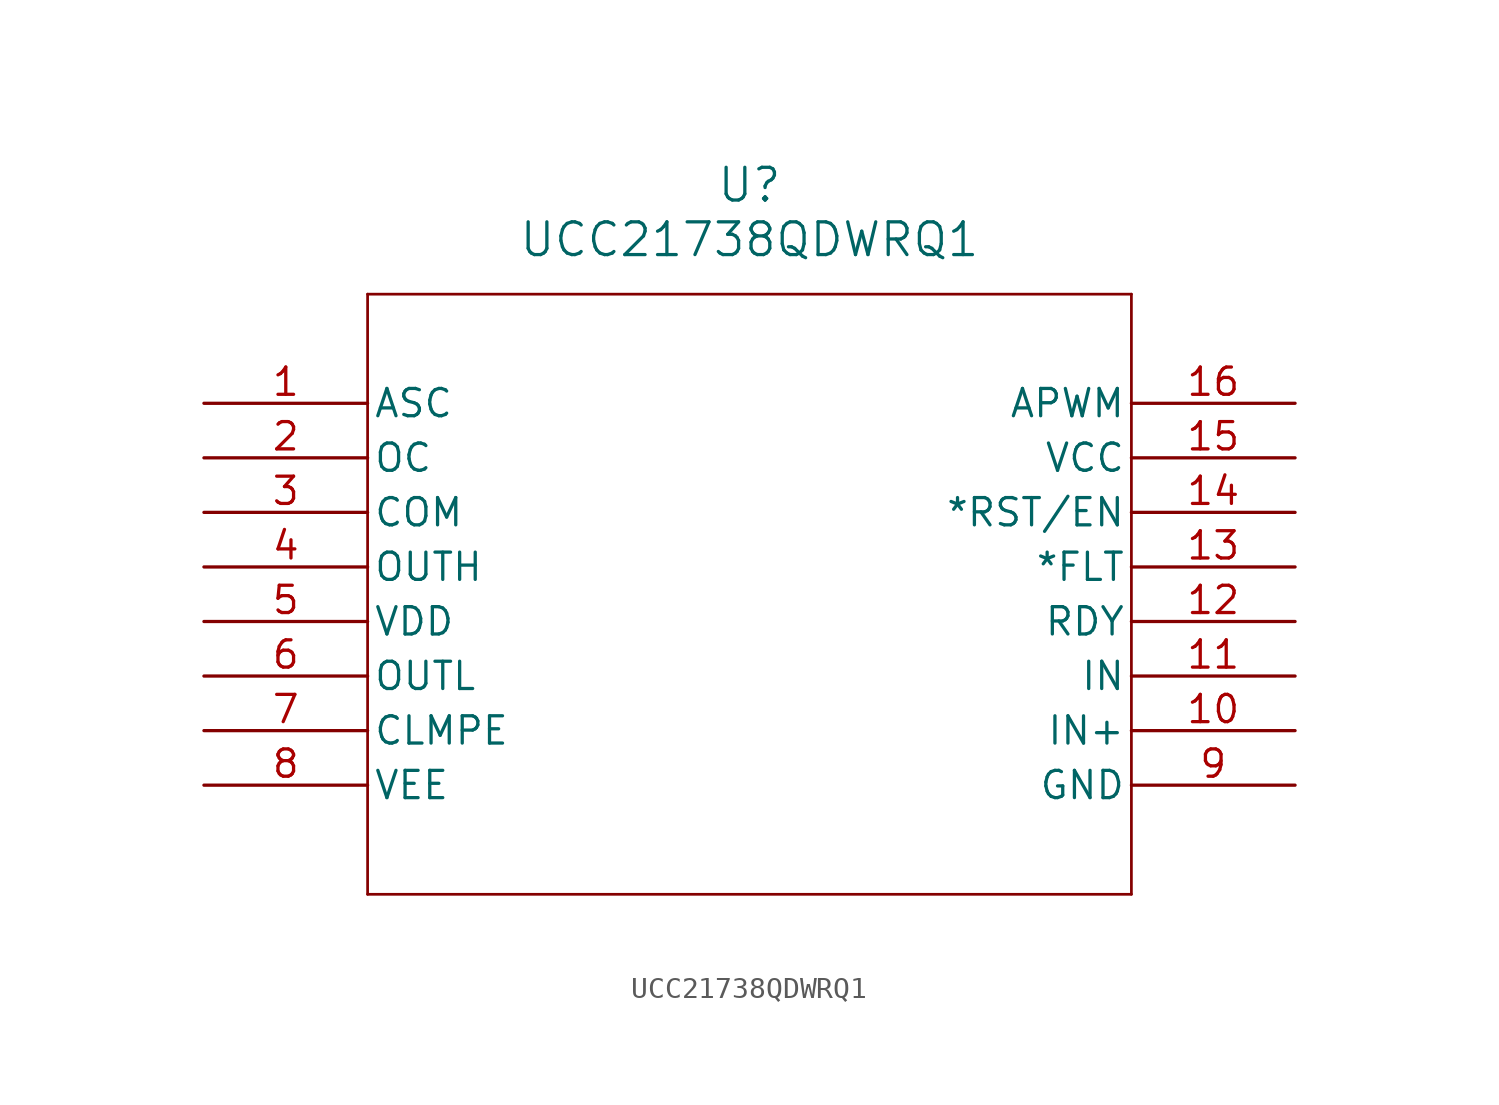
<source format=kicad_sym>
(kicad_symbol_lib
  (version 20211014)
  (generator kicad_symbol_editor)
  (symbol "UCC21738QDWRQ1"
    (pin_names
      (offset 0.254))
    (property "Reference" "U"
      (at 25.4 10.16 0)
      (effects (font (size 1.524 1.524))))
    (property "Value" "UCC21738QDWRQ1"
      (at 25.4 7.62 0)
      (effects (font (size 1.524 1.524))))
    (symbol "UCC21738QDWRQ1_0_1"
      (polyline (pts (xy 7.62 5.08) (xy 7.62 -22.86)) (stroke (width 0.127) (type default) (color 0 0 0 0)) (fill (type none)))
      (polyline (pts (xy 7.62 -22.86) (xy 43.18 -22.86)) (stroke (width 0.127) (type default) (color 0 0 0 0)) (fill (type none)))
      (polyline (pts (xy 43.18 -22.86) (xy 43.18 5.08)) (stroke (width 0.127) (type default) (color 0 0 0 0)) (fill (type none)))
      (polyline (pts (xy 43.18 5.08) (xy 7.62 5.08)) (stroke (width 0.127) (type default) (color 0 0 0 0)) (fill (type none)))
      (pin input line (at 0 0 0) (length 7.62) (name "ASC" (effects (font (size 1.27 1.27)))) (number "1" (effects (font (size 1.27 1.27)))))
      (pin input line (at 0 -2.54 0) (length 7.62) (name "OC" (effects (font (size 1.27 1.27)))) (number "2" (effects (font (size 1.27 1.27)))))
      (pin power_in line (at 0 -5.08 0) (length 7.62) (name "COM" (effects (font (size 1.27 1.27)))) (number "3" (effects (font (size 1.27 1.27)))))
      (pin output line (at 0 -7.62 0) (length 7.62) (name "OUTH" (effects (font (size 1.27 1.27)))) (number "4" (effects (font (size 1.27 1.27)))))
      (pin power_in line (at 0 -10.16 0) (length 7.62) (name "VDD" (effects (font (size 1.27 1.27)))) (number "5" (effects (font (size 1.27 1.27)))))
      (pin output line (at 0 -12.7 0) (length 7.62) (name "OUTL" (effects (font (size 1.27 1.27)))) (number "6" (effects (font (size 1.27 1.27)))))
      (pin output line (at 0 -15.24 0) (length 7.62) (name "CLMPE" (effects (font (size 1.27 1.27)))) (number "7" (effects (font (size 1.27 1.27)))))
      (pin power_in line (at 0 -17.78 0) (length 7.62) (name "VEE" (effects (font (size 1.27 1.27)))) (number "8" (effects (font (size 1.27 1.27)))))
      (pin power_in line (at 50.8 -17.78 180) (length 7.62) (name "GND" (effects (font (size 1.27 1.27)))) (number "9" (effects (font (size 1.27 1.27)))))
      (pin input line (at 50.8 -15.24 180) (length 7.62) (name "IN+" (effects (font (size 1.27 1.27)))) (number "10" (effects (font (size 1.27 1.27)))))
      (pin input line (at 50.8 -12.7 180) (length 7.62) (name "IN" (effects (font (size 1.27 1.27)))) (number "11" (effects (font (size 1.27 1.27)))))
      (pin output line (at 50.8 -10.16 180) (length 7.62) (name "RDY" (effects (font (size 1.27 1.27)))) (number "12" (effects (font (size 1.27 1.27)))))
      (pin output line (at 50.8 -7.62 180) (length 7.62) (name "*FLT" (effects (font (size 1.27 1.27)))) (number "13" (effects (font (size 1.27 1.27)))))
      (pin input line (at 50.8 -5.08 180) (length 7.62) (name "*RST/EN" (effects (font (size 1.27 1.27)))) (number "14" (effects (font (size 1.27 1.27)))))
      (pin power_in line (at 50.8 -2.54 180) (length 7.62) (name "VCC" (effects (font (size 1.27 1.27)))) (number "15" (effects (font (size 1.27 1.27)))))
      (pin output line (at 50.8 0 180) (length 7.62) (name "APWM" (effects (font (size 1.27 1.27)))) (number "16" (effects (font (size 1.27 1.27))))))))
</source>
